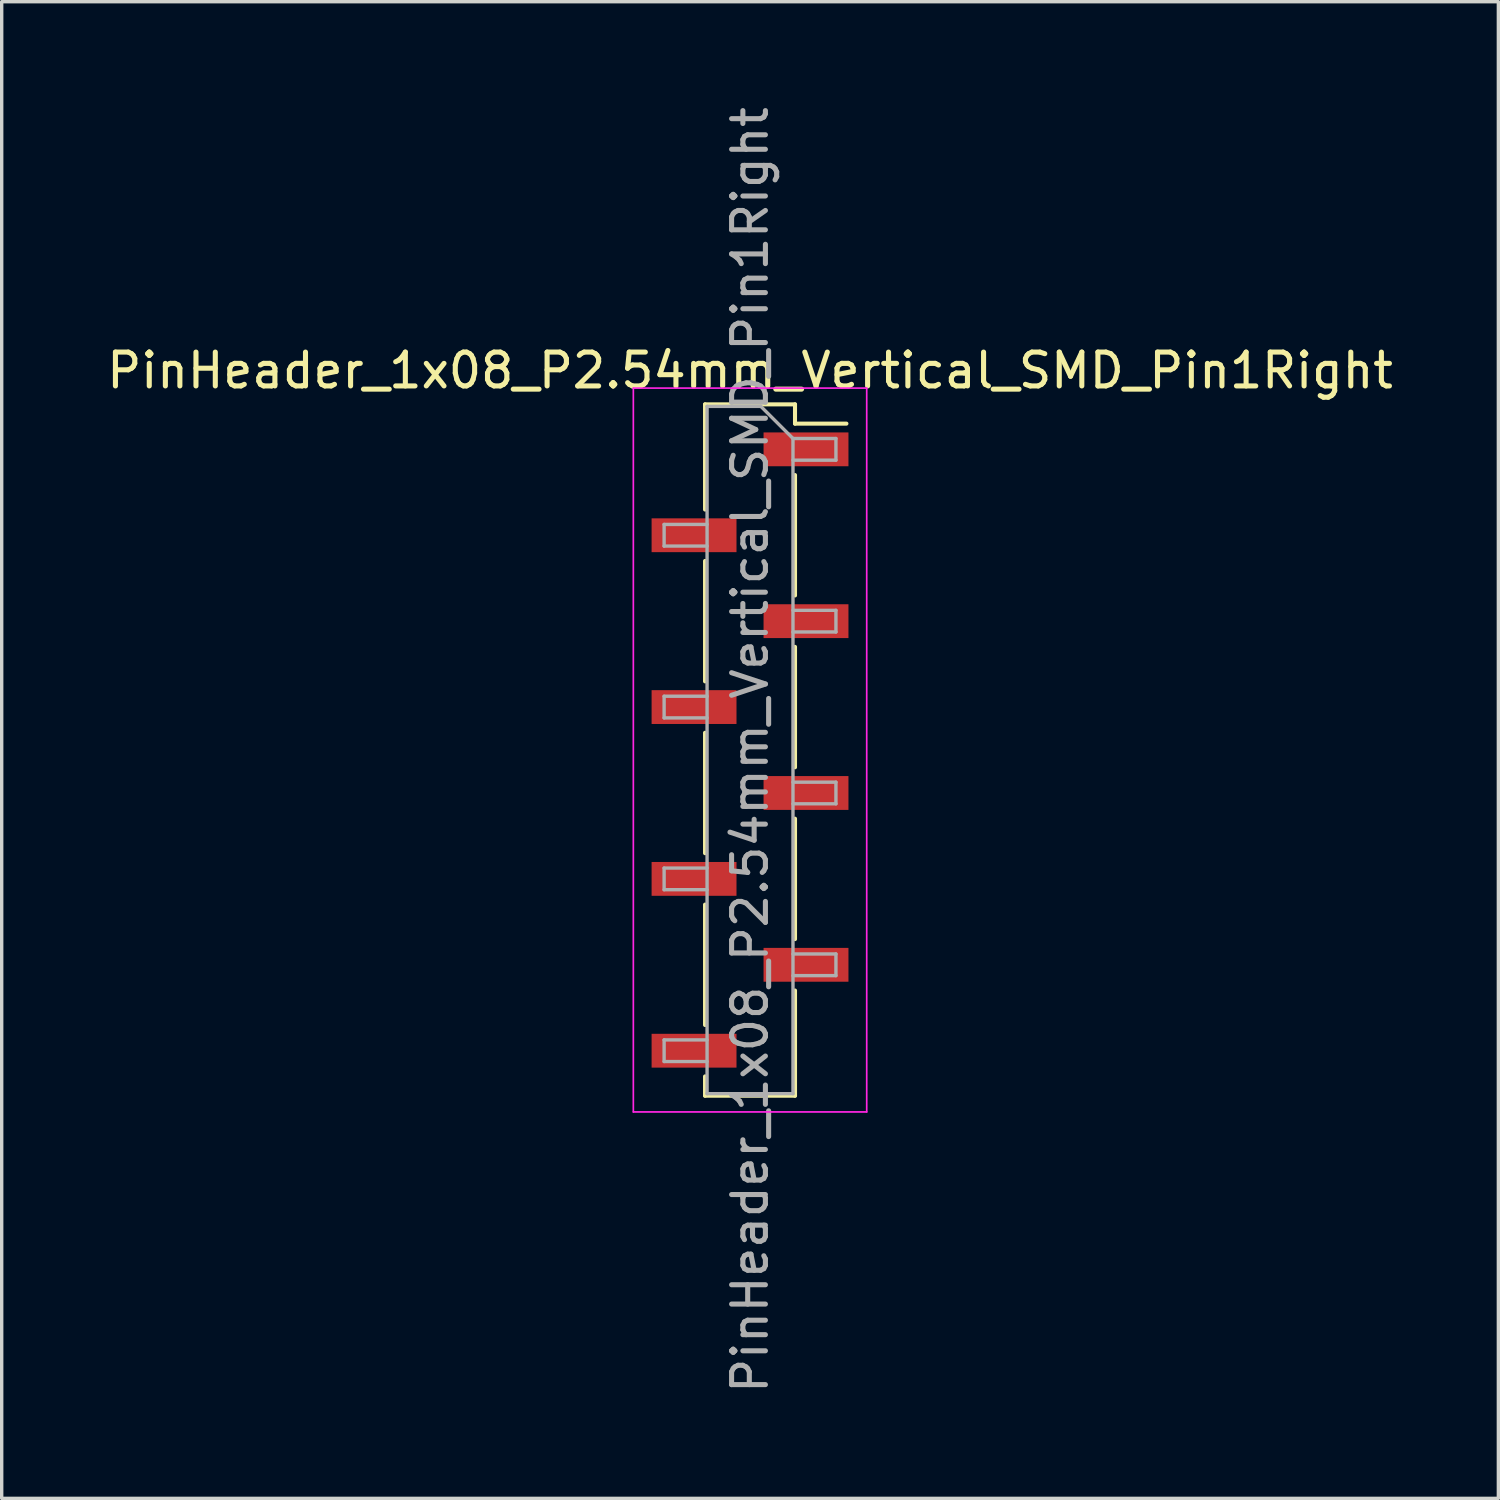
<source format=kicad_pcb>
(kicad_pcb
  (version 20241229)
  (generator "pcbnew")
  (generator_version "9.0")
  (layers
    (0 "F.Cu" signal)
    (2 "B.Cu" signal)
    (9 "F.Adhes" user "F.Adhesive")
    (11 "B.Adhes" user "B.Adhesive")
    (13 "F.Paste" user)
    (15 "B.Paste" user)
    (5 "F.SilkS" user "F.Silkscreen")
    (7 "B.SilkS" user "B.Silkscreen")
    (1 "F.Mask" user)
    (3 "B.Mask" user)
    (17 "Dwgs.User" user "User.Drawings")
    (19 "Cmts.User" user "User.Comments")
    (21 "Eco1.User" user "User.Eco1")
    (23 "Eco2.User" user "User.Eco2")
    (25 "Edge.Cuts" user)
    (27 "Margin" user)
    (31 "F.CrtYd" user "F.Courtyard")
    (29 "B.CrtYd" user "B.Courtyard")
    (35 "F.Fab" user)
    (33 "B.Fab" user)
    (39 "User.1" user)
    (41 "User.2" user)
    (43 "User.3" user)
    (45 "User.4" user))
  (footprint "PinHeader_1x08_P2.54mm_Vertical_SMD_Pin1Right"
    (layer "F.Cu")
    (at 19.125 19.125)
    (property "Reference" "PinHeader_1x08_P2.54mm_Vertical_SMD_Pin1Right" (at 0 -11.22 0) (layer "F.SilkS") (effects (font (size 1 1) (thickness 0.15))))
    (attr smd)
    (fp_line (start -1.33 -10.22) (end -1.33 -7.11) (stroke (width 0.12) (type solid)) (layer "F.SilkS"))
    (fp_line (start -1.33 -10.22) (end 1.33 -10.22) (stroke (width 0.12) (type solid)) (layer "F.SilkS"))
    (fp_line (start -1.33 -5.59) (end -1.33 -2.03) (stroke (width 0.12) (type solid)) (layer "F.SilkS"))
    (fp_line (start -1.33 -0.51) (end -1.33 3.05) (stroke (width 0.12) (type solid)) (layer "F.SilkS"))
    (fp_line (start -1.33 4.57) (end -1.33 8.13) (stroke (width 0.12) (type solid)) (layer "F.SilkS"))
    (fp_line (start -1.33 9.65) (end -1.33 10.22) (stroke (width 0.12) (type solid)) (layer "F.SilkS"))
    (fp_line (start -1.33 10.22) (end 1.33 10.22) (stroke (width 0.12) (type solid)) (layer "F.SilkS"))
    (fp_line (start 1.33 -10.22) (end 1.33 -9.65) (stroke (width 0.12) (type solid)) (layer "F.SilkS"))
    (fp_line (start 1.33 -9.65) (end 2.85 -9.65) (stroke (width 0.12) (type solid)) (layer "F.SilkS"))
    (fp_line (start 1.33 -8.13) (end 1.33 -4.57) (stroke (width 0.12) (type solid)) (layer "F.SilkS"))
    (fp_line (start 1.33 -3.05) (end 1.33 0.51) (stroke (width 0.12) (type solid)) (layer "F.SilkS"))
    (fp_line (start 1.33 2.03) (end 1.33 5.59) (stroke (width 0.12) (type solid)) (layer "F.SilkS"))
    (fp_line (start 1.33 7.11) (end 1.33 10.22) (stroke (width 0.12) (type solid)) (layer "F.SilkS"))
    (fp_line (start -3.45 -10.7) (end -3.45 10.7) (stroke (width 0.05) (type solid)) (layer "F.CrtYd"))
    (fp_line (start -3.45 10.7) (end 3.45 10.7) (stroke (width 0.05) (type solid)) (layer "F.CrtYd"))
    (fp_line (start 3.45 -10.7) (end -3.45 -10.7) (stroke (width 0.05) (type solid)) (layer "F.CrtYd"))
    (fp_line (start 3.45 10.7) (end 3.45 -10.7) (stroke (width 0.05) (type solid)) (layer "F.CrtYd"))
    (fp_line (start -2.54 -6.67) (end -2.54 -6.03) (stroke (width 0.1) (type solid)) (layer "F.Fab"))
    (fp_line (start -2.54 -6.03) (end -1.27 -6.03) (stroke (width 0.1) (type solid)) (layer "F.Fab"))
    (fp_line (start -2.54 -1.59) (end -2.54 -0.95) (stroke (width 0.1) (type solid)) (layer "F.Fab"))
    (fp_line (start -2.54 -0.95) (end -1.27 -0.95) (stroke (width 0.1) (type solid)) (layer "F.Fab"))
    (fp_line (start -2.54 3.49) (end -2.54 4.13) (stroke (width 0.1) (type solid)) (layer "F.Fab"))
    (fp_line (start -2.54 4.13) (end -1.27 4.13) (stroke (width 0.1) (type solid)) (layer "F.Fab"))
    (fp_line (start -2.54 8.57) (end -2.54 9.21) (stroke (width 0.1) (type solid)) (layer "F.Fab"))
    (fp_line (start -2.54 9.21) (end -1.27 9.21) (stroke (width 0.1) (type solid)) (layer "F.Fab"))
    (fp_line (start -1.27 -10.16) (end -1.27 10.16) (stroke (width 0.1) (type solid)) (layer "F.Fab"))
    (fp_line (start -1.27 -10.16) (end 0.32 -10.16) (stroke (width 0.1) (type solid)) (layer "F.Fab"))
    (fp_line (start -1.27 -6.67) (end -2.54 -6.67) (stroke (width 0.1) (type solid)) (layer "F.Fab"))
    (fp_line (start -1.27 -1.59) (end -2.54 -1.59) (stroke (width 0.1) (type solid)) (layer "F.Fab"))
    (fp_line (start -1.27 3.49) (end -2.54 3.49) (stroke (width 0.1) (type solid)) (layer "F.Fab"))
    (fp_line (start -1.27 8.57) (end -2.54 8.57) (stroke (width 0.1) (type solid)) (layer "F.Fab"))
    (fp_line (start 1.27 -9.21) (end 0.32 -10.16) (stroke (width 0.1) (type solid)) (layer "F.Fab"))
    (fp_line (start 1.27 -9.21) (end 2.54 -9.21) (stroke (width 0.1) (type solid)) (layer "F.Fab"))
    (fp_line (start 1.27 -4.13) (end 2.54 -4.13) (stroke (width 0.1) (type solid)) (layer "F.Fab"))
    (fp_line (start 1.27 0.95) (end 2.54 0.95) (stroke (width 0.1) (type solid)) (layer "F.Fab"))
    (fp_line (start 1.27 6.03) (end 2.54 6.03) (stroke (width 0.1) (type solid)) (layer "F.Fab"))
    (fp_line (start 1.27 10.16) (end -1.27 10.16) (stroke (width 0.1) (type solid)) (layer "F.Fab"))
    (fp_line (start 1.27 10.16) (end 1.27 -9.21) (stroke (width 0.1) (type solid)) (layer "F.Fab"))
    (fp_line (start 2.54 -9.21) (end 2.54 -8.57) (stroke (width 0.1) (type solid)) (layer "F.Fab"))
    (fp_line (start 2.54 -8.57) (end 1.27 -8.57) (stroke (width 0.1) (type solid)) (layer "F.Fab"))
    (fp_line (start 2.54 -4.13) (end 2.54 -3.49) (stroke (width 0.1) (type solid)) (layer "F.Fab"))
    (fp_line (start 2.54 -3.49) (end 1.27 -3.49) (stroke (width 0.1) (type solid)) (layer "F.Fab"))
    (fp_line (start 2.54 0.95) (end 2.54 1.59) (stroke (width 0.1) (type solid)) (layer "F.Fab"))
    (fp_line (start 2.54 1.59) (end 1.27 1.59) (stroke (width 0.1) (type solid)) (layer "F.Fab"))
    (fp_line (start 2.54 6.03) (end 2.54 6.67) (stroke (width 0.1) (type solid)) (layer "F.Fab"))
    (fp_line (start 2.54 6.67) (end 1.27 6.67) (stroke (width 0.1) (type solid)) (layer "F.Fab"))
    (fp_text user "${REFERENCE}" (at 0 0 90) (layer "F.Fab") (effects (font (size 1 1) (thickness 0.15))))
    (pad "1" smd rect (at 1.655 -8.89) (size 2.51 1) (layers "F.Cu" "F.Mask" "F.Paste"))
    (pad "2" smd rect (at -1.655 -6.35) (size 2.51 1) (layers "F.Cu" "F.Mask" "F.Paste"))
    (pad "3" smd rect (at 1.655 -3.81) (size 2.51 1) (layers "F.Cu" "F.Mask" "F.Paste"))
    (pad "4" smd rect (at -1.655 -1.27) (size 2.51 1) (layers "F.Cu" "F.Mask" "F.Paste"))
    (pad "5" smd rect (at 1.655 1.27) (size 2.51 1) (layers "F.Cu" "F.Mask" "F.Paste"))
    (pad "6" smd rect (at -1.655 3.81) (size 2.51 1) (layers "F.Cu" "F.Mask" "F.Paste"))
    (pad "7" smd rect (at 1.655 6.35) (size 2.51 1) (layers "F.Cu" "F.Mask" "F.Paste"))
    (pad "8" smd rect (at -1.655 8.89) (size 2.51 1) (layers "F.Cu" "F.Mask" "F.Paste")))
  (gr_rect
    (start -3 -3)
    (end 41.25 41.25)
    (stroke (width 0.1) (type default))
    (fill no)
    (layer "Edge.Cuts")))
</source>
